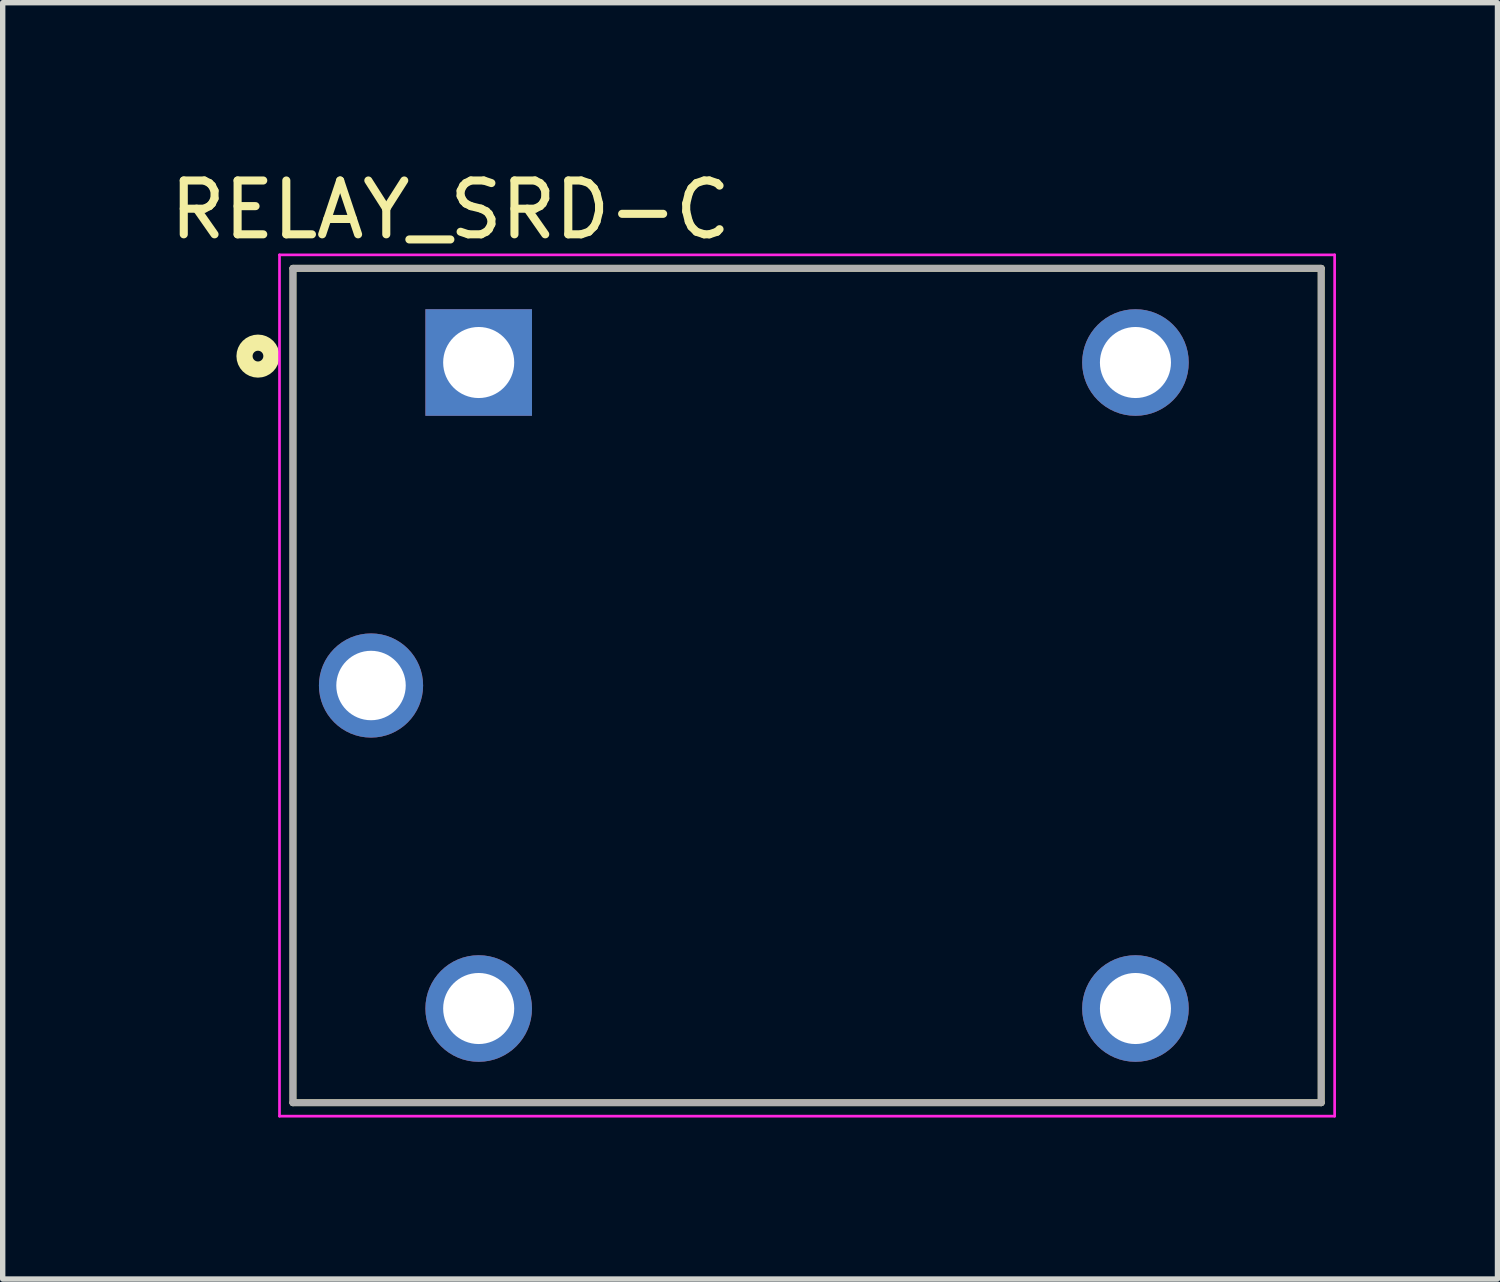
<source format=kicad_pcb>
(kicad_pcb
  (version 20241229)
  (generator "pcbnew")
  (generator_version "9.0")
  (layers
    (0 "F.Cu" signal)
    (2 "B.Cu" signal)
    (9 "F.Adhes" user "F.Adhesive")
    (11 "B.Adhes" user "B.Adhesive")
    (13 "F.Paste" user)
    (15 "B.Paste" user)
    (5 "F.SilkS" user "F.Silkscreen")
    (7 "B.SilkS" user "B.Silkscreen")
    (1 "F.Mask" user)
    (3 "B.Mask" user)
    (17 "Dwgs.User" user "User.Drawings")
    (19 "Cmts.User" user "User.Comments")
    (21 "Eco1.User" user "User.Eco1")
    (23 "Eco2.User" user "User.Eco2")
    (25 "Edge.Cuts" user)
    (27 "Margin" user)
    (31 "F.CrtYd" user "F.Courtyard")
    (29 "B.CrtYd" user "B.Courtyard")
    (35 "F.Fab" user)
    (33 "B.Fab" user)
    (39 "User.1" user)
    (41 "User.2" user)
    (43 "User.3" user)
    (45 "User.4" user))
  (footprint "RELAY_SRD-C"
    (layer "F.Cu")
    (at 11.942 9.684)
    (property "Reference" "RELAY_SRD-C" (at -6.626 -8.836 0) (layer "F.SilkS") (effects (font (size 1 1) (thickness 0.15))))
    (attr through_hole)
    (fp_line (start -9.55 -7.75) (end 9.55 -7.75) (stroke (width 0.127) (type solid)) (layer "F.SilkS"))
    (fp_line (start -9.55 7.75) (end -9.55 -7.75) (stroke (width 0.127) (type solid)) (layer "F.SilkS"))
    (fp_line (start 9.55 -7.75) (end 9.55 7.75) (stroke (width 0.127) (type solid)) (layer "F.SilkS"))
    (fp_line (start 9.55 7.75) (end -9.55 7.75) (stroke (width 0.127) (type solid)) (layer "F.SilkS"))
    (fp_circle (center -10.2 -6.119) (end -10.1 -6.119) (stroke (width 0.3) (type solid)) (fill no) (layer "F.SilkS"))
    (fp_line (start -9.8 -8) (end 9.8 -8) (stroke (width 0.05) (type solid)) (layer "F.CrtYd"))
    (fp_line (start -9.8 8) (end -9.8 -8) (stroke (width 0.05) (type solid)) (layer "F.CrtYd"))
    (fp_line (start 9.8 -8) (end 9.8 8) (stroke (width 0.05) (type solid)) (layer "F.CrtYd"))
    (fp_line (start 9.8 8) (end -9.8 8) (stroke (width 0.05) (type solid)) (layer "F.CrtYd"))
    (fp_line (start -9.55 -7.75) (end 9.55 -7.75) (stroke (width 0.127) (type solid)) (layer "F.Fab"))
    (fp_line (start -9.55 7.75) (end -9.55 -7.75) (stroke (width 0.127) (type solid)) (layer "F.Fab"))
    (fp_line (start 9.55 -7.75) (end 9.55 7.75) (stroke (width 0.127) (type solid)) (layer "F.Fab"))
    (fp_line (start 9.55 7.75) (end -9.55 7.75) (stroke (width 0.127) (type solid)) (layer "F.Fab"))
    (pad "A1" thru_hole rect (at -6.1 -6) (size 1.98 1.98) (drill 1.32) (layers "*.Cu" "*.Mask"))
    (pad "A2" thru_hole circle (at -6.1 6) (size 1.98 1.98) (drill 1.32) (layers "*.Cu" "*.Mask"))
    (pad "COM" thru_hole circle (at -8.1 0) (size 1.935 1.935) (drill 1.29) (layers "*.Cu" "*.Mask"))
    (pad "NC" thru_hole circle (at 6.1 -6) (size 1.98 1.98) (drill 1.32) (layers "*.Cu" "*.Mask"))
    (pad "NO" thru_hole circle (at 6.1 6) (size 1.98 1.98) (drill 1.32) (layers "*.Cu" "*.Mask")))
  (gr_rect
    (start -3 -3)
    (end 24.767 20.709)
    (stroke (width 0.1) (type default))
    (fill no)
    (layer "Edge.Cuts")))
</source>
